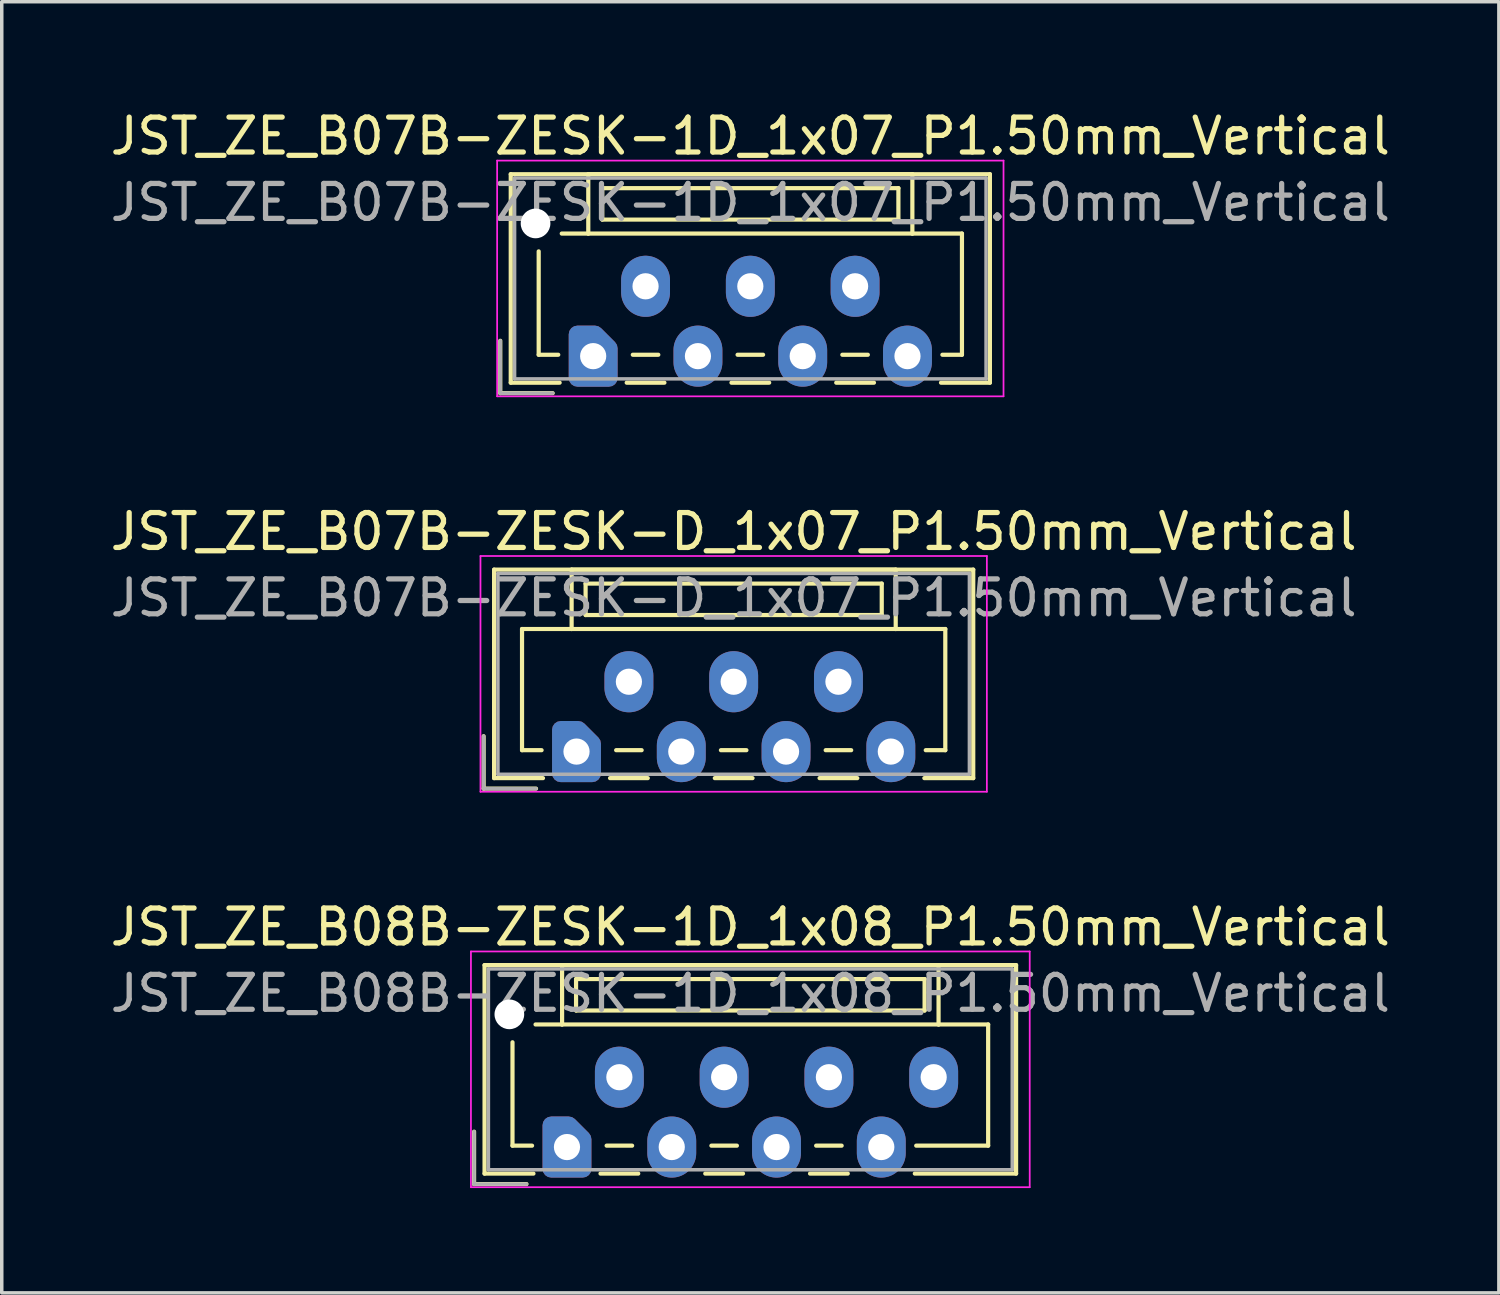
<source format=kicad_pcb>
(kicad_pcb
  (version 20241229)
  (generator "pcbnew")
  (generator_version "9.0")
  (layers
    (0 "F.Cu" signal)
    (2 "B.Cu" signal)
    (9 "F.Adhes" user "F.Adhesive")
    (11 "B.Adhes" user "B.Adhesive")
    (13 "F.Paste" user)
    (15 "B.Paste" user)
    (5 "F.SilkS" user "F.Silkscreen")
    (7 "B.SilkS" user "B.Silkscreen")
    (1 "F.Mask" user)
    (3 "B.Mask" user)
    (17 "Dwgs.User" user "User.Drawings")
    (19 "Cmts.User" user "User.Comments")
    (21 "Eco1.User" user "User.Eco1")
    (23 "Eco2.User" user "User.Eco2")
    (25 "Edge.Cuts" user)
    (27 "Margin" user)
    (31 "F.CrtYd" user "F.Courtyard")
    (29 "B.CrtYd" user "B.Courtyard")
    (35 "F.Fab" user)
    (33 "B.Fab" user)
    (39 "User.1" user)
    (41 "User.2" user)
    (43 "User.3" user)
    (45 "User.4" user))
  (footprint "JST_ZE_B07B-ZESK-1D_1x07_P1.50mm_Vertical"
    (layer "F.Cu")
    (at 13.935 7.148)
    (property "Reference" "JST_ZE_B07B-ZESK-1D_1x07_P1.50mm_Vertical" (at 4.5 -6.3 0) (layer "F.SilkS") (effects (font (size 1 1) (thickness 0.15))))
    (attr through_hole)
    (fp_line (start -2.66 -0.44) (end -2.66 1.06) (stroke (width 0.12) (type solid)) (layer "F.SilkS"))
    (fp_line (start -2.66 1.06) (end -1.16 1.06) (stroke (width 0.12) (type solid)) (layer "F.SilkS"))
    (fp_line (start -2.36 -5.21) (end 11.36 -5.21) (stroke (width 0.12) (type solid)) (layer "F.SilkS"))
    (fp_line (start -2.36 0.76) (end -2.36 -5.21) (stroke (width 0.12) (type solid)) (layer "F.SilkS"))
    (fp_line (start -1.56 -3) (end -1.56 -0.04) (stroke (width 0.12) (type solid)) (layer "F.SilkS"))
    (fp_line (start -1.56 -0.04) (end -1 -0.04) (stroke (width 0.12) (type solid)) (layer "F.SilkS"))
    (fp_line (start -0.96 0.76) (end -2.36 0.76) (stroke (width 0.12) (type solid)) (layer "F.SilkS"))
    (fp_line (start -0.14 -5.21) (end -0.14 -3.51) (stroke (width 0.12) (type solid)) (layer "F.SilkS"))
    (fp_line (start -0.14 -3.51) (end -0.9 -3.51) (stroke (width 0.12) (type solid)) (layer "F.SilkS"))
    (fp_line (start -0.14 -3.51) (end 9.14 -3.51) (stroke (width 0.12) (type solid)) (layer "F.SilkS"))
    (fp_line (start 0.26 -4.81) (end 0.26 -3.91) (stroke (width 0.12) (type solid)) (layer "F.SilkS"))
    (fp_line (start 0.26 -3.91) (end 8.74 -3.91) (stroke (width 0.12) (type solid)) (layer "F.SilkS"))
    (fp_line (start 0.96 0.76) (end 2.04 0.76) (stroke (width 0.12) (type solid)) (layer "F.SilkS"))
    (fp_line (start 1.135 -0.04) (end 1.865 -0.04) (stroke (width 0.12) (type solid)) (layer "F.SilkS"))
    (fp_line (start 3.96 0.76) (end 5.04 0.76) (stroke (width 0.12) (type solid)) (layer "F.SilkS"))
    (fp_line (start 4.135 -0.04) (end 4.865 -0.04) (stroke (width 0.12) (type solid)) (layer "F.SilkS"))
    (fp_line (start 6.96 0.76) (end 8.04 0.76) (stroke (width 0.12) (type solid)) (layer "F.SilkS"))
    (fp_line (start 7.135 -0.04) (end 7.865 -0.04) (stroke (width 0.12) (type solid)) (layer "F.SilkS"))
    (fp_line (start 8.74 -4.81) (end 0.26 -4.81) (stroke (width 0.12) (type solid)) (layer "F.SilkS"))
    (fp_line (start 8.74 -3.91) (end 8.74 -4.81) (stroke (width 0.12) (type solid)) (layer "F.SilkS"))
    (fp_line (start 9.14 -5.21) (end -0.14 -5.21) (stroke (width 0.12) (type solid)) (layer "F.SilkS"))
    (fp_line (start 9.14 -3.51) (end 9.14 -5.21) (stroke (width 0.12) (type solid)) (layer "F.SilkS"))
    (fp_line (start 9.14 -3.51) (end 10.56 -3.51) (stroke (width 0.12) (type solid)) (layer "F.SilkS"))
    (fp_line (start 10.56 -3.51) (end 10.56 -0.04) (stroke (width 0.12) (type solid)) (layer "F.SilkS"))
    (fp_line (start 10.56 -0.04) (end 10 -0.04) (stroke (width 0.12) (type solid)) (layer "F.SilkS"))
    (fp_line (start 11.36 -5.21) (end 11.36 0.76) (stroke (width 0.12) (type solid)) (layer "F.SilkS"))
    (fp_line (start 11.36 0.76) (end 9.96 0.76) (stroke (width 0.12) (type solid)) (layer "F.SilkS"))
    (fp_line (start -2.75 -5.6) (end -2.75 1.15) (stroke (width 0.05) (type solid)) (layer "F.CrtYd"))
    (fp_line (start -2.75 1.15) (end 11.75 1.15) (stroke (width 0.05) (type solid)) (layer "F.CrtYd"))
    (fp_line (start 11.75 -5.6) (end -2.75 -5.6) (stroke (width 0.05) (type solid)) (layer "F.CrtYd"))
    (fp_line (start 11.75 1.15) (end 11.75 -5.6) (stroke (width 0.05) (type solid)) (layer "F.CrtYd"))
    (fp_line (start -2.66 -0.44) (end -2.66 1.06) (stroke (width 0.1) (type solid)) (layer "F.Fab"))
    (fp_line (start -2.66 1.06) (end -1.16 1.06) (stroke (width 0.1) (type solid)) (layer "F.Fab"))
    (fp_line (start -2.25 -5.1) (end -2.25 0.65) (stroke (width 0.1) (type solid)) (layer "F.Fab"))
    (fp_line (start -2.25 0.65) (end 11.25 0.65) (stroke (width 0.1) (type solid)) (layer "F.Fab"))
    (fp_line (start 11.25 -5.1) (end -2.25 -5.1) (stroke (width 0.1) (type solid)) (layer "F.Fab"))
    (fp_line (start 11.25 0.65) (end 11.25 -5.1) (stroke (width 0.1) (type solid)) (layer "F.Fab"))
    (fp_text user "${REFERENCE}" (at 4.5 -4.4 0) (layer "F.Fab") (effects (font (size 1 1) (thickness 0.15))))
    (pad "" np_thru_hole circle (at -1.65 -3.8) (size 0.85 0.85) (drill 0.85) (layers "*.Cu" "*.Mask"))
    (pad "1" thru_hole custom (at 0 0) (size 1.117 1.117) (drill 0.75) (layers "*.Cu" "*.Mask") (options (anchor circle)) (primitives (gr_poly (pts (xy 0.45 -0.225) (xy 0.45 0.625) (xy -0.45 0.625) (xy -0.45 -0.625) (xy 0.05 -0.625)) (width 0.5) (fill yes))))
    (pad "2" thru_hole oval (at 1.5 -2) (size 1.4 1.75) (drill 0.75) (layers "*.Cu" "*.Mask"))
    (pad "3" thru_hole oval (at 3 0) (size 1.4 1.75) (drill 0.75) (layers "*.Cu" "*.Mask"))
    (pad "4" thru_hole oval (at 4.5 -2) (size 1.4 1.75) (drill 0.75) (layers "*.Cu" "*.Mask"))
    (pad "5" thru_hole oval (at 6 0) (size 1.4 1.75) (drill 0.75) (layers "*.Cu" "*.Mask"))
    (pad "6" thru_hole oval (at 7.5 -2) (size 1.4 1.75) (drill 0.75) (layers "*.Cu" "*.Mask"))
    (pad "7" thru_hole oval (at 9 0) (size 1.4 1.75) (drill 0.75) (layers "*.Cu" "*.Mask")))
  (footprint "JST_ZE_B07B-ZESK-D_1x07_P1.50mm_Vertical"
    (layer "F.Cu")
    (at 13.458 18.471)
    (property "Reference" "JST_ZE_B07B-ZESK-D_1x07_P1.50mm_Vertical" (at 4.5 -6.3 0) (layer "F.SilkS") (effects (font (size 1 1) (thickness 0.15))))
    (attr through_hole)
    (fp_line (start -2.66 -0.44) (end -2.66 1.06) (stroke (width 0.12) (type solid)) (layer "F.SilkS"))
    (fp_line (start -2.66 1.06) (end -1.16 1.06) (stroke (width 0.12) (type solid)) (layer "F.SilkS"))
    (fp_line (start -2.36 -5.21) (end 11.36 -5.21) (stroke (width 0.12) (type solid)) (layer "F.SilkS"))
    (fp_line (start -2.36 0.76) (end -2.36 -5.21) (stroke (width 0.12) (type solid)) (layer "F.SilkS"))
    (fp_line (start -1.56 -3.51) (end -1.56 -0.04) (stroke (width 0.12) (type solid)) (layer "F.SilkS"))
    (fp_line (start -1.56 -0.04) (end -1 -0.04) (stroke (width 0.12) (type solid)) (layer "F.SilkS"))
    (fp_line (start -0.96 0.76) (end -2.36 0.76) (stroke (width 0.12) (type solid)) (layer "F.SilkS"))
    (fp_line (start -0.14 -5.21) (end -0.14 -3.51) (stroke (width 0.12) (type solid)) (layer "F.SilkS"))
    (fp_line (start -0.14 -3.51) (end -1.56 -3.51) (stroke (width 0.12) (type solid)) (layer "F.SilkS"))
    (fp_line (start -0.14 -3.51) (end 9.14 -3.51) (stroke (width 0.12) (type solid)) (layer "F.SilkS"))
    (fp_line (start 0.26 -4.81) (end 0.26 -3.91) (stroke (width 0.12) (type solid)) (layer "F.SilkS"))
    (fp_line (start 0.26 -3.91) (end 8.74 -3.91) (stroke (width 0.12) (type solid)) (layer "F.SilkS"))
    (fp_line (start 0.96 0.76) (end 2.04 0.76) (stroke (width 0.12) (type solid)) (layer "F.SilkS"))
    (fp_line (start 1.135 -0.04) (end 1.865 -0.04) (stroke (width 0.12) (type solid)) (layer "F.SilkS"))
    (fp_line (start 3.96 0.76) (end 5.04 0.76) (stroke (width 0.12) (type solid)) (layer "F.SilkS"))
    (fp_line (start 4.135 -0.04) (end 4.865 -0.04) (stroke (width 0.12) (type solid)) (layer "F.SilkS"))
    (fp_line (start 6.96 0.76) (end 8.04 0.76) (stroke (width 0.12) (type solid)) (layer "F.SilkS"))
    (fp_line (start 7.135 -0.04) (end 7.865 -0.04) (stroke (width 0.12) (type solid)) (layer "F.SilkS"))
    (fp_line (start 8.74 -4.81) (end 0.26 -4.81) (stroke (width 0.12) (type solid)) (layer "F.SilkS"))
    (fp_line (start 8.74 -3.91) (end 8.74 -4.81) (stroke (width 0.12) (type solid)) (layer "F.SilkS"))
    (fp_line (start 9.14 -5.21) (end -0.14 -5.21) (stroke (width 0.12) (type solid)) (layer "F.SilkS"))
    (fp_line (start 9.14 -3.51) (end 9.14 -5.21) (stroke (width 0.12) (type solid)) (layer "F.SilkS"))
    (fp_line (start 9.14 -3.51) (end 10.56 -3.51) (stroke (width 0.12) (type solid)) (layer "F.SilkS"))
    (fp_line (start 10.56 -3.51) (end 10.56 -0.04) (stroke (width 0.12) (type solid)) (layer "F.SilkS"))
    (fp_line (start 10.56 -0.04) (end 10 -0.04) (stroke (width 0.12) (type solid)) (layer "F.SilkS"))
    (fp_line (start 11.36 -5.21) (end 11.36 0.76) (stroke (width 0.12) (type solid)) (layer "F.SilkS"))
    (fp_line (start 11.36 0.76) (end 9.96 0.76) (stroke (width 0.12) (type solid)) (layer "F.SilkS"))
    (fp_line (start -2.75 -5.6) (end -2.75 1.15) (stroke (width 0.05) (type solid)) (layer "F.CrtYd"))
    (fp_line (start -2.75 1.15) (end 11.75 1.15) (stroke (width 0.05) (type solid)) (layer "F.CrtYd"))
    (fp_line (start 11.75 -5.6) (end -2.75 -5.6) (stroke (width 0.05) (type solid)) (layer "F.CrtYd"))
    (fp_line (start 11.75 1.15) (end 11.75 -5.6) (stroke (width 0.05) (type solid)) (layer "F.CrtYd"))
    (fp_line (start -2.66 -0.44) (end -2.66 1.06) (stroke (width 0.1) (type solid)) (layer "F.Fab"))
    (fp_line (start -2.66 1.06) (end -1.16 1.06) (stroke (width 0.1) (type solid)) (layer "F.Fab"))
    (fp_line (start -2.25 -5.1) (end -2.25 0.65) (stroke (width 0.1) (type solid)) (layer "F.Fab"))
    (fp_line (start -2.25 0.65) (end 11.25 0.65) (stroke (width 0.1) (type solid)) (layer "F.Fab"))
    (fp_line (start 11.25 -5.1) (end -2.25 -5.1) (stroke (width 0.1) (type solid)) (layer "F.Fab"))
    (fp_line (start 11.25 0.65) (end 11.25 -5.1) (stroke (width 0.1) (type solid)) (layer "F.Fab"))
    (fp_text user "${REFERENCE}" (at 4.5 -4.4 0) (layer "F.Fab") (effects (font (size 1 1) (thickness 0.15))))
    (pad "1" thru_hole custom (at 0 0) (size 1.117 1.117) (drill 0.75) (layers "*.Cu" "*.Mask") (options (anchor circle)) (primitives (gr_poly (pts (xy 0.45 -0.225) (xy 0.45 0.625) (xy -0.45 0.625) (xy -0.45 -0.625) (xy 0.05 -0.625)) (width 0.5) (fill yes))))
    (pad "2" thru_hole oval (at 1.5 -2) (size 1.4 1.75) (drill 0.75) (layers "*.Cu" "*.Mask"))
    (pad "3" thru_hole oval (at 3 0) (size 1.4 1.75) (drill 0.75) (layers "*.Cu" "*.Mask"))
    (pad "4" thru_hole oval (at 4.5 -2) (size 1.4 1.75) (drill 0.75) (layers "*.Cu" "*.Mask"))
    (pad "5" thru_hole oval (at 6 0) (size 1.4 1.75) (drill 0.75) (layers "*.Cu" "*.Mask"))
    (pad "6" thru_hole oval (at 7.5 -2) (size 1.4 1.75) (drill 0.75) (layers "*.Cu" "*.Mask"))
    (pad "7" thru_hole oval (at 9 0) (size 1.4 1.75) (drill 0.75) (layers "*.Cu" "*.Mask")))
  (footprint "JST_ZE_B08B-ZESK-1D_1x08_P1.50mm_Vertical"
    (layer "F.Cu")
    (at 13.185 29.795)
    (property "Reference" "JST_ZE_B08B-ZESK-1D_1x08_P1.50mm_Vertical" (at 5.25 -6.3 0) (layer "F.SilkS") (effects (font (size 1 1) (thickness 0.15))))
    (attr through_hole)
    (fp_line (start -2.66 -0.44) (end -2.66 1.06) (stroke (width 0.12) (type solid)) (layer "F.SilkS"))
    (fp_line (start -2.66 1.06) (end -1.16 1.06) (stroke (width 0.12) (type solid)) (layer "F.SilkS"))
    (fp_line (start -2.36 -5.21) (end 12.86 -5.21) (stroke (width 0.12) (type solid)) (layer "F.SilkS"))
    (fp_line (start -2.36 0.76) (end -2.36 -5.21) (stroke (width 0.12) (type solid)) (layer "F.SilkS"))
    (fp_line (start -1.56 -3) (end -1.56 -0.04) (stroke (width 0.12) (type solid)) (layer "F.SilkS"))
    (fp_line (start -1.56 -0.04) (end -1 -0.04) (stroke (width 0.12) (type solid)) (layer "F.SilkS"))
    (fp_line (start -0.96 0.76) (end -2.36 0.76) (stroke (width 0.12) (type solid)) (layer "F.SilkS"))
    (fp_line (start -0.14 -5.21) (end -0.14 -3.51) (stroke (width 0.12) (type solid)) (layer "F.SilkS"))
    (fp_line (start -0.14 -3.51) (end -0.9 -3.51) (stroke (width 0.12) (type solid)) (layer "F.SilkS"))
    (fp_line (start -0.14 -3.51) (end 10.64 -3.51) (stroke (width 0.12) (type solid)) (layer "F.SilkS"))
    (fp_line (start 0.26 -4.81) (end 0.26 -3.91) (stroke (width 0.12) (type solid)) (layer "F.SilkS"))
    (fp_line (start 0.26 -3.91) (end 10.24 -3.91) (stroke (width 0.12) (type solid)) (layer "F.SilkS"))
    (fp_line (start 0.96 0.76) (end 2.04 0.76) (stroke (width 0.12) (type solid)) (layer "F.SilkS"))
    (fp_line (start 1.135 -0.04) (end 1.865 -0.04) (stroke (width 0.12) (type solid)) (layer "F.SilkS"))
    (fp_line (start 3.96 0.76) (end 5.04 0.76) (stroke (width 0.12) (type solid)) (layer "F.SilkS"))
    (fp_line (start 4.135 -0.04) (end 4.865 -0.04) (stroke (width 0.12) (type solid)) (layer "F.SilkS"))
    (fp_line (start 6.96 0.76) (end 8.04 0.76) (stroke (width 0.12) (type solid)) (layer "F.SilkS"))
    (fp_line (start 7.135 -0.04) (end 7.865 -0.04) (stroke (width 0.12) (type solid)) (layer "F.SilkS"))
    (fp_line (start 10.24 -4.81) (end 0.26 -4.81) (stroke (width 0.12) (type solid)) (layer "F.SilkS"))
    (fp_line (start 10.24 -3.91) (end 10.24 -4.81) (stroke (width 0.12) (type solid)) (layer "F.SilkS"))
    (fp_line (start 10.64 -5.21) (end -0.14 -5.21) (stroke (width 0.12) (type solid)) (layer "F.SilkS"))
    (fp_line (start 10.64 -3.51) (end 10.64 -5.21) (stroke (width 0.12) (type solid)) (layer "F.SilkS"))
    (fp_line (start 10.64 -3.51) (end 12.06 -3.51) (stroke (width 0.12) (type solid)) (layer "F.SilkS"))
    (fp_line (start 12.06 -3.51) (end 12.06 -0.04) (stroke (width 0.12) (type solid)) (layer "F.SilkS"))
    (fp_line (start 12.06 -0.04) (end 10 -0.04) (stroke (width 0.12) (type solid)) (layer "F.SilkS"))
    (fp_line (start 12.86 -5.21) (end 12.86 0.76) (stroke (width 0.12) (type solid)) (layer "F.SilkS"))
    (fp_line (start 12.86 0.76) (end 9.96 0.76) (stroke (width 0.12) (type solid)) (layer "F.SilkS"))
    (fp_line (start -2.75 -5.6) (end -2.75 1.15) (stroke (width 0.05) (type solid)) (layer "F.CrtYd"))
    (fp_line (start -2.75 1.15) (end 13.25 1.15) (stroke (width 0.05) (type solid)) (layer "F.CrtYd"))
    (fp_line (start 13.25 -5.6) (end -2.75 -5.6) (stroke (width 0.05) (type solid)) (layer "F.CrtYd"))
    (fp_line (start 13.25 1.15) (end 13.25 -5.6) (stroke (width 0.05) (type solid)) (layer "F.CrtYd"))
    (fp_line (start -2.66 -0.44) (end -2.66 1.06) (stroke (width 0.1) (type solid)) (layer "F.Fab"))
    (fp_line (start -2.66 1.06) (end -1.16 1.06) (stroke (width 0.1) (type solid)) (layer "F.Fab"))
    (fp_line (start -2.25 -5.1) (end -2.25 0.65) (stroke (width 0.1) (type solid)) (layer "F.Fab"))
    (fp_line (start -2.25 0.65) (end 12.75 0.65) (stroke (width 0.1) (type solid)) (layer "F.Fab"))
    (fp_line (start 12.75 -5.1) (end -2.25 -5.1) (stroke (width 0.1) (type solid)) (layer "F.Fab"))
    (fp_line (start 12.75 0.65) (end 12.75 -5.1) (stroke (width 0.1) (type solid)) (layer "F.Fab"))
    (fp_text user "${REFERENCE}" (at 5.25 -4.4 0) (layer "F.Fab") (effects (font (size 1 1) (thickness 0.15))))
    (pad "" np_thru_hole circle (at -1.65 -3.8) (size 0.85 0.85) (drill 0.85) (layers "*.Cu" "*.Mask"))
    (pad "1" thru_hole custom (at 0 0) (size 1.117 1.117) (drill 0.75) (layers "*.Cu" "*.Mask") (options (anchor circle)) (primitives (gr_poly (pts (xy 0.45 -0.225) (xy 0.45 0.625) (xy -0.45 0.625) (xy -0.45 -0.625) (xy 0.05 -0.625)) (width 0.5) (fill yes))))
    (pad "2" thru_hole oval (at 1.5 -2) (size 1.4 1.75) (drill 0.75) (layers "*.Cu" "*.Mask"))
    (pad "3" thru_hole oval (at 3 0) (size 1.4 1.75) (drill 0.75) (layers "*.Cu" "*.Mask"))
    (pad "4" thru_hole oval (at 4.5 -2) (size 1.4 1.75) (drill 0.75) (layers "*.Cu" "*.Mask"))
    (pad "5" thru_hole oval (at 6 0) (size 1.4 1.75) (drill 0.75) (layers "*.Cu" "*.Mask"))
    (pad "6" thru_hole oval (at 7.5 -2) (size 1.4 1.75) (drill 0.75) (layers "*.Cu" "*.Mask"))
    (pad "7" thru_hole oval (at 9 0) (size 1.4 1.75) (drill 0.75) (layers "*.Cu" "*.Mask"))
    (pad "8" thru_hole oval (at 10.5 -2) (size 1.4 1.75) (drill 0.75) (layers "*.Cu" "*.Mask")))
  (gr_rect
    (start -3 -3)
    (end 39.869 33.97)
    (stroke (width 0.1) (type default))
    (fill no)
    (layer "Edge.Cuts")))
</source>
